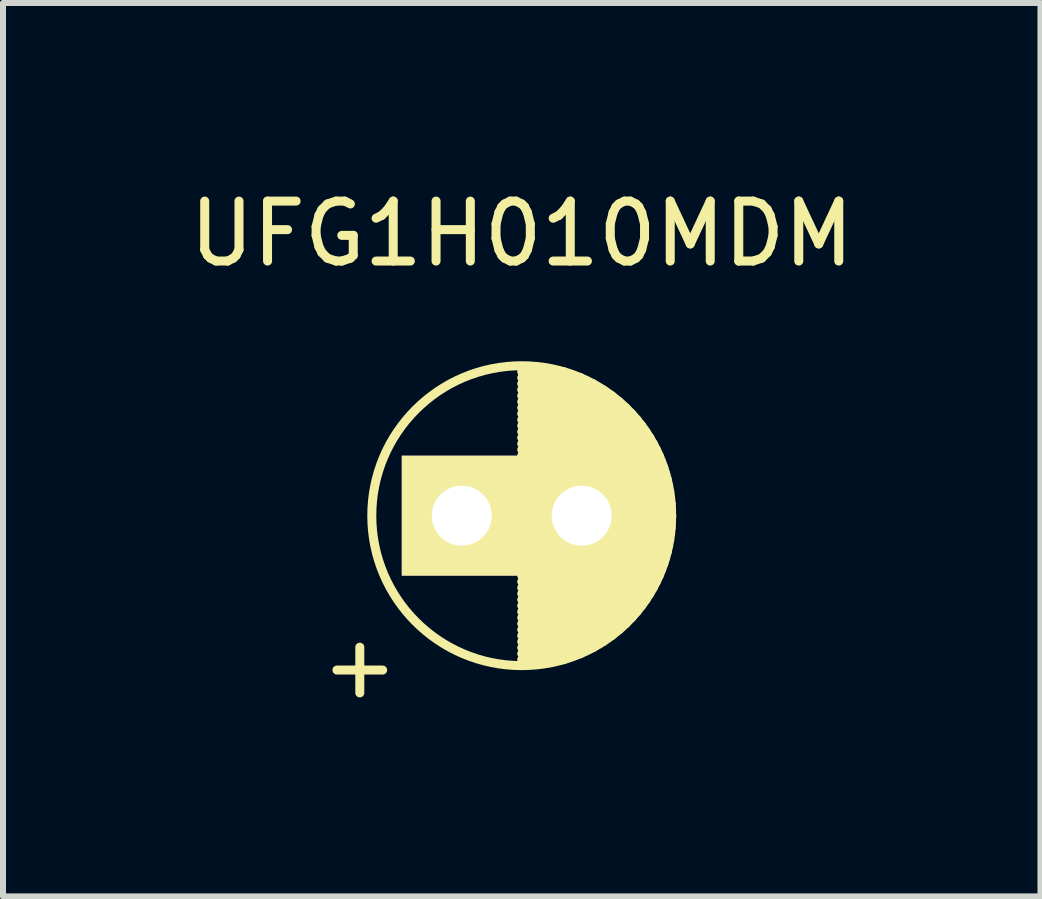
<source format=kicad_pcb>
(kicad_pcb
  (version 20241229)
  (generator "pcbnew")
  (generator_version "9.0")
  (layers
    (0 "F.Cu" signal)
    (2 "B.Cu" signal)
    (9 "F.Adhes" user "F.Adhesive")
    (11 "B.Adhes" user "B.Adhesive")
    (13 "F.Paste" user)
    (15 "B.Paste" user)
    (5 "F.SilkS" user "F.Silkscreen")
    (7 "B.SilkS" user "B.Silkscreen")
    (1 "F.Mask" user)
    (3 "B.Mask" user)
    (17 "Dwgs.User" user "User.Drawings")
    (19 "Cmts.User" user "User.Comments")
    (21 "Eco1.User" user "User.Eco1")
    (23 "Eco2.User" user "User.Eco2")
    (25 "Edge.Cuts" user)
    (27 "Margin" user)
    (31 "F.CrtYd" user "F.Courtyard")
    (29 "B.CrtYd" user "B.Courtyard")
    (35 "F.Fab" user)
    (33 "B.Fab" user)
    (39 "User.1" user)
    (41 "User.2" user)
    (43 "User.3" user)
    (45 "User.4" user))
  (footprint "UFG1H010MDM"
    (layer "F.Cu")
    (at 4.649 5.548)
    (property "Reference" "UFG1H010MDM" (at 1 -4.7 0) (layer "F.SilkS") (effects (font (size 1 1) (thickness 0.15))))
    (attr through_hole)
    (fp_line (start 1 -2.4) (end 1.7 -2.4) (stroke (width 0.15) (type solid)) (layer "F.SilkS"))
    (fp_line (start 1 -2.3) (end 1.98 -2.3) (stroke (width 0.15) (type solid)) (layer "F.SilkS"))
    (fp_line (start 1 -2.2) (end 2.187 -2.2) (stroke (width 0.15) (type solid)) (layer "F.SilkS"))
    (fp_line (start 1 -2.1) (end 2.356 -2.1) (stroke (width 0.15) (type solid)) (layer "F.SilkS"))
    (fp_line (start 1 -2) (end 2.5 -2) (stroke (width 0.15) (type solid)) (layer "F.SilkS"))
    (fp_line (start 1 -1.9) (end 2.625 -1.9) (stroke (width 0.15) (type solid)) (layer "F.SilkS"))
    (fp_line (start 1 -1.8) (end 2.735 -1.8) (stroke (width 0.15) (type solid)) (layer "F.SilkS"))
    (fp_line (start 1 -1.7) (end 2.833 -1.7) (stroke (width 0.15) (type solid)) (layer "F.SilkS"))
    (fp_line (start 1 -1.6) (end 2.921 -1.6) (stroke (width 0.15) (type solid)) (layer "F.SilkS"))
    (fp_line (start 1 -1.5) (end 3 -1.5) (stroke (width 0.15) (type solid)) (layer "F.SilkS"))
    (fp_line (start 1 -1.4) (end 3.071 -1.4) (stroke (width 0.15) (type solid)) (layer "F.SilkS"))
    (fp_line (start 1 -1.3) (end 3.135 -1.3) (stroke (width 0.15) (type solid)) (layer "F.SilkS"))
    (fp_line (start 1 -1.2) (end 3.193 -1.2) (stroke (width 0.15) (type solid)) (layer "F.SilkS"))
    (fp_line (start 1 -1.1) (end 3.245 -1.1) (stroke (width 0.15) (type solid)) (layer "F.SilkS"))
    (fp_line (start 1 -1) (end 3.291 -1) (stroke (width 0.15) (type solid)) (layer "F.SilkS"))
    (fp_line (start 1 -0.9) (end 3.332 -0.9) (stroke (width 0.15) (type solid)) (layer "F.SilkS"))
    (fp_line (start 1 -0.8) (end 3.369 -0.8) (stroke (width 0.15) (type solid)) (layer "F.SilkS"))
    (fp_line (start 1 -0.7) (end 3.4 -0.7) (stroke (width 0.15) (type solid)) (layer "F.SilkS"))
    (fp_line (start 1 -0.6) (end 3.427 -0.6) (stroke (width 0.15) (type solid)) (layer "F.SilkS"))
    (fp_line (start 1 -0.5) (end 3.449 -0.5) (stroke (width 0.15) (type solid)) (layer "F.SilkS"))
    (fp_line (start 1 -0.4) (end 3.468 -0.4) (stroke (width 0.15) (type solid)) (layer "F.SilkS"))
    (fp_line (start 1 -0.3) (end 3.482 -0.3) (stroke (width 0.15) (type solid)) (layer "F.SilkS"))
    (fp_line (start 1 -0.2) (end 3.492 -0.2) (stroke (width 0.15) (type solid)) (layer "F.SilkS"))
    (fp_line (start 1 -0.1) (end 3.498 -0.1) (stroke (width 0.15) (type solid)) (layer "F.SilkS"))
    (fp_line (start 1 0) (end 3.5 0) (stroke (width 0.15) (type solid)) (layer "F.SilkS"))
    (fp_line (start 1 0) (end 3.5 0) (stroke (width 0.15) (type solid)) (layer "F.SilkS"))
    (fp_line (start 1 0.1) (end 3.498 0.1) (stroke (width 0.15) (type solid)) (layer "F.SilkS"))
    (fp_line (start 1 0.2) (end 3.492 0.2) (stroke (width 0.15) (type solid)) (layer "F.SilkS"))
    (fp_line (start 1 0.3) (end 3.482 0.3) (stroke (width 0.15) (type solid)) (layer "F.SilkS"))
    (fp_line (start 1 0.4) (end 3.468 0.4) (stroke (width 0.15) (type solid)) (layer "F.SilkS"))
    (fp_line (start 1 0.5) (end 3.449 0.5) (stroke (width 0.15) (type solid)) (layer "F.SilkS"))
    (fp_line (start 1 0.6) (end 3.427 0.6) (stroke (width 0.15) (type solid)) (layer "F.SilkS"))
    (fp_line (start 1 0.7) (end 3.4 0.7) (stroke (width 0.15) (type solid)) (layer "F.SilkS"))
    (fp_line (start 1 0.8) (end 3.369 0.8) (stroke (width 0.15) (type solid)) (layer "F.SilkS"))
    (fp_line (start 1 0.9) (end 3.332 0.9) (stroke (width 0.15) (type solid)) (layer "F.SilkS"))
    (fp_line (start 1 1) (end 3.291 1) (stroke (width 0.15) (type solid)) (layer "F.SilkS"))
    (fp_line (start 1 1.1) (end 3.245 1.1) (stroke (width 0.15) (type solid)) (layer "F.SilkS"))
    (fp_line (start 1 1.2) (end 3.193 1.2) (stroke (width 0.15) (type solid)) (layer "F.SilkS"))
    (fp_line (start 1 1.3) (end 3.135 1.3) (stroke (width 0.15) (type solid)) (layer "F.SilkS"))
    (fp_line (start 1 1.4) (end 3.071 1.4) (stroke (width 0.15) (type solid)) (layer "F.SilkS"))
    (fp_line (start 1 1.5) (end 3 1.5) (stroke (width 0.15) (type solid)) (layer "F.SilkS"))
    (fp_line (start 1 1.6) (end 2.921 1.6) (stroke (width 0.15) (type solid)) (layer "F.SilkS"))
    (fp_line (start 1 1.7) (end 2.833 1.7) (stroke (width 0.15) (type solid)) (layer "F.SilkS"))
    (fp_line (start 1 1.8) (end 2.735 1.8) (stroke (width 0.15) (type solid)) (layer "F.SilkS"))
    (fp_line (start 1 1.9) (end 2.625 1.9) (stroke (width 0.15) (type solid)) (layer "F.SilkS"))
    (fp_line (start 1 2) (end 2.5 2) (stroke (width 0.15) (type solid)) (layer "F.SilkS"))
    (fp_line (start 1 2.1) (end 2.356 2.1) (stroke (width 0.15) (type solid)) (layer "F.SilkS"))
    (fp_line (start 1 2.2) (end 2.187 2.2) (stroke (width 0.15) (type solid)) (layer "F.SilkS"))
    (fp_line (start 1 2.3) (end 1.98 2.3) (stroke (width 0.15) (type solid)) (layer "F.SilkS"))
    (fp_line (start 1 2.4) (end 1.7 2.4) (stroke (width 0.15) (type solid)) (layer "F.SilkS"))
    (fp_circle (center 1 0) (end 1 -2.5) (stroke (width 0.15) (type solid)) (fill no) (layer "F.SilkS"))
    (fp_text user "+" (at -1.7 2.5 0) (layer "F.SilkS") (effects (font (size 1 1) (thickness 0.15))))
    (pad "1" thru_hole rect (at 0 0) (size 2 2) (drill 1) (layers "*.Cu" "*.Mask" "F.SilkS"))
    (pad "2" thru_hole circle (at 2 0) (size 2 2) (drill 1) (layers "*.Cu" "*.Mask" "F.SilkS")))
  (gr_rect
    (start -3 -3)
    (end 14.298 11.896)
    (stroke (width 0.1) (type default))
    (fill no)
    (layer "Edge.Cuts")))
</source>
